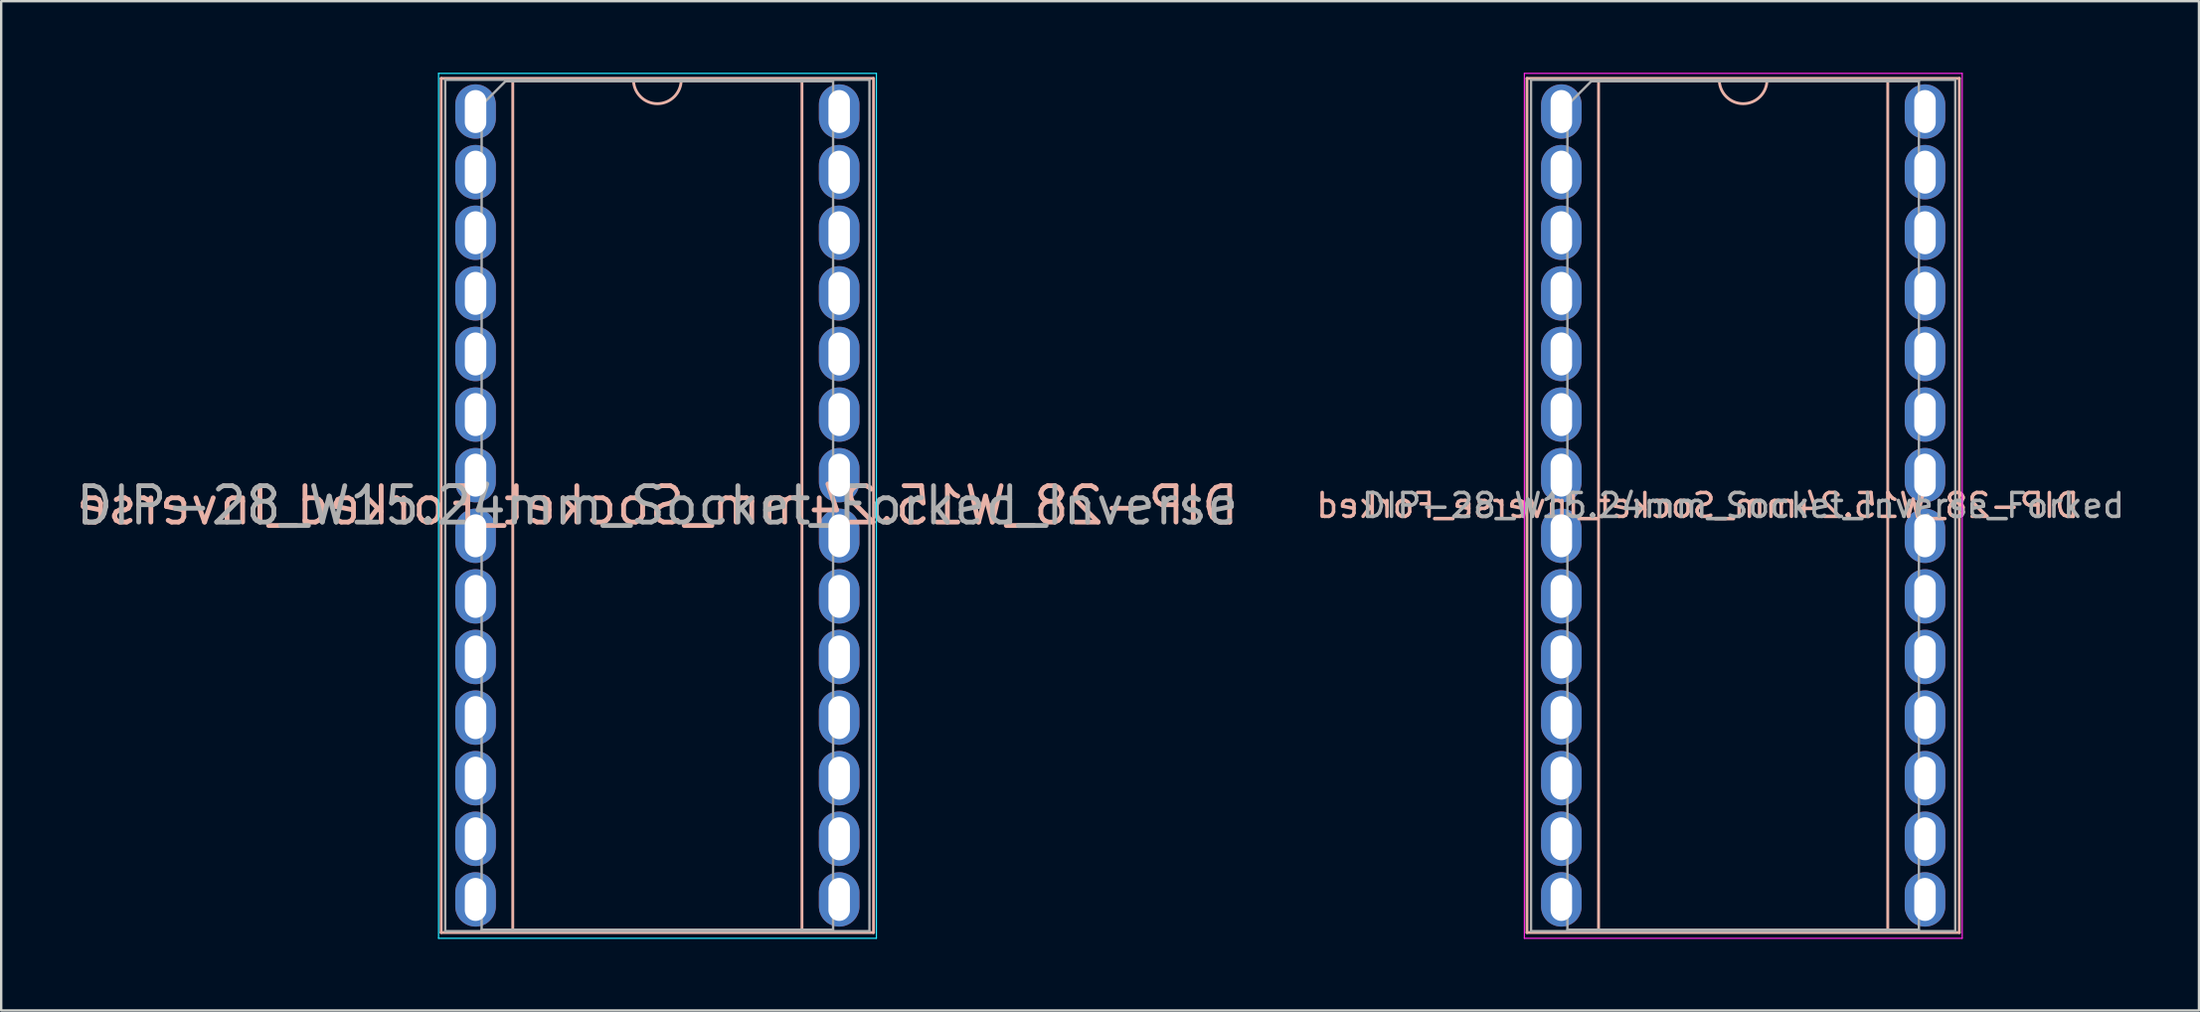
<source format=kicad_pcb>
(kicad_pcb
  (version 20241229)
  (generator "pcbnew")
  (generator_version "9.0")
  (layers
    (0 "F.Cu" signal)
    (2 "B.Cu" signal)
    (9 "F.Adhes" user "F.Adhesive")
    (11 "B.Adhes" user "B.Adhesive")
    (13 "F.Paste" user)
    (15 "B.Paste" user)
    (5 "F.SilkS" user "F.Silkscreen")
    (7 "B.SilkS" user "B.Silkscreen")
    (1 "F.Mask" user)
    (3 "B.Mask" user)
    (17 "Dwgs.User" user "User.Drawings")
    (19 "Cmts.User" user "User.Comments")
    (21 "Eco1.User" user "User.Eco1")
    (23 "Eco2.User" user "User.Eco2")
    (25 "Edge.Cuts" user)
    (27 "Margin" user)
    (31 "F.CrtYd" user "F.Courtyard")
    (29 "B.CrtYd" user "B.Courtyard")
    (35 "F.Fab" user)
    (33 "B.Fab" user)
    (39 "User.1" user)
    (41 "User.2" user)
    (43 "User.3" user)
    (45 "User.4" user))
  (footprint "DIP-28_W15.24mm_Socket_Inverse_Forked"
    (layer "F.Cu")
    (at 62.386 1.625)
    (property "Reference" "DIP-28_W15.24mm_Socket_Inverse_Forked" (at 5.715 16.51 0) (layer "B.SilkS") (effects (font (size 1 1) (thickness 0.15)) (justify mirror)))
    (attr through_hole)
    (fp_line (start -1.44 -1.39) (end -1.44 34.41) (stroke (width 0.12) (type solid)) (layer "B.SilkS"))
    (fp_line (start -1.44 34.41) (end 16.68 34.41) (stroke (width 0.12) (type solid)) (layer "B.SilkS"))
    (fp_line (start 1.56 -1.33) (end 1.56 34.35) (stroke (width 0.12) (type solid)) (layer "B.SilkS"))
    (fp_line (start 1.56 34.35) (end 13.68 34.35) (stroke (width 0.12) (type solid)) (layer "B.SilkS"))
    (fp_line (start 6.62 -1.33) (end 1.56 -1.33) (stroke (width 0.12) (type solid)) (layer "B.SilkS"))
    (fp_line (start 13.68 -1.33) (end 8.62 -1.33) (stroke (width 0.12) (type solid)) (layer "B.SilkS"))
    (fp_line (start 13.68 34.35) (end 13.68 -1.33) (stroke (width 0.12) (type solid)) (layer "B.SilkS"))
    (fp_line (start 16.68 -1.39) (end -1.44 -1.39) (stroke (width 0.12) (type solid)) (layer "B.SilkS"))
    (fp_line (start 16.68 34.41) (end 16.68 -1.39) (stroke (width 0.12) (type solid)) (layer "B.SilkS"))
    (fp_arc (start 8.62 -1.33) (mid 7.62 -0.33) (end 6.62 -1.33) (stroke (width 0.12) (type solid)) (layer "B.SilkS"))
    (fp_line (start -1.55 -1.6) (end -1.55 34.65) (stroke (width 0.05) (type solid)) (layer "F.CrtYd"))
    (fp_line (start -1.55 34.65) (end 16.8 34.65) (stroke (width 0.05) (type solid)) (layer "F.CrtYd"))
    (fp_line (start 16.8 -1.6) (end -1.55 -1.6) (stroke (width 0.05) (type solid)) (layer "F.CrtYd"))
    (fp_line (start 16.8 34.65) (end 16.8 -1.6) (stroke (width 0.05) (type solid)) (layer "F.CrtYd"))
    (fp_line (start -1.27 -1.33) (end -1.27 34.35) (stroke (width 0.1) (type solid)) (layer "F.Fab"))
    (fp_line (start -1.27 34.35) (end 16.51 34.35) (stroke (width 0.1) (type solid)) (layer "F.Fab"))
    (fp_line (start 0.255 -0.27) (end 1.255 -1.27) (stroke (width 0.1) (type solid)) (layer "F.Fab"))
    (fp_line (start 0.255 34.29) (end 0.255 -0.27) (stroke (width 0.1) (type solid)) (layer "F.Fab"))
    (fp_line (start 1.255 -1.27) (end 14.985 -1.27) (stroke (width 0.1) (type solid)) (layer "F.Fab"))
    (fp_line (start 14.985 -1.27) (end 14.985 34.29) (stroke (width 0.1) (type solid)) (layer "F.Fab"))
    (fp_line (start 14.985 34.29) (end 0.255 34.29) (stroke (width 0.1) (type solid)) (layer "F.Fab"))
    (fp_line (start 16.51 -1.33) (end -1.27 -1.33) (stroke (width 0.1) (type solid)) (layer "F.Fab"))
    (fp_line (start 16.51 34.35) (end 16.51 -1.33) (stroke (width 0.1) (type solid)) (layer "F.Fab"))
    (fp_text user "${REFERENCE}" (at 7.62 16.51 0) (layer "F.Fab") (effects (font (size 1 1) (thickness 0.15))))
    (pad "1" thru_hole oval (at 0 0) (size 1.7 2.28) (drill oval 0.9 1.8) (layers "*.Cu" "*.Mask"))
    (pad "2" thru_hole oval (at 0 2.54) (size 1.7 2.28) (drill oval 0.9 1.8) (layers "*.Cu" "*.Mask"))
    (pad "3" thru_hole oval (at 0 5.08) (size 1.7 2.28) (drill oval 0.9 1.8) (layers "*.Cu" "*.Mask"))
    (pad "4" thru_hole oval (at 0 7.62) (size 1.7 2.28) (drill oval 0.9 1.8) (layers "*.Cu" "*.Mask"))
    (pad "5" thru_hole oval (at 0 10.16) (size 1.7 2.28) (drill oval 0.9 1.8) (layers "*.Cu" "*.Mask"))
    (pad "6" thru_hole oval (at 0 12.7) (size 1.7 2.28) (drill oval 0.9 1.8) (layers "*.Cu" "*.Mask"))
    (pad "7" thru_hole oval (at 0 15.24) (size 1.7 2.28) (drill oval 0.9 1.8) (layers "*.Cu" "*.Mask"))
    (pad "8" thru_hole oval (at 0 17.78) (size 1.7 2.28) (drill oval 0.9 1.8) (layers "*.Cu" "*.Mask"))
    (pad "9" thru_hole oval (at 0 20.32) (size 1.7 2.28) (drill oval 0.9 1.8) (layers "*.Cu" "*.Mask"))
    (pad "10" thru_hole oval (at 0 22.86) (size 1.7 2.28) (drill oval 0.9 1.8) (layers "*.Cu" "*.Mask"))
    (pad "11" thru_hole oval (at 0 25.4) (size 1.7 2.28) (drill oval 0.9 1.8) (layers "*.Cu" "*.Mask"))
    (pad "12" thru_hole oval (at 0 27.94) (size 1.7 2.28) (drill oval 0.9 1.8) (layers "*.Cu" "*.Mask"))
    (pad "13" thru_hole oval (at 0 30.48) (size 1.7 2.28) (drill oval 0.9 1.8) (layers "*.Cu" "*.Mask"))
    (pad "14" thru_hole oval (at 0 33.02) (size 1.7 2.28) (drill oval 0.9 1.8) (layers "*.Cu" "*.Mask"))
    (pad "15" thru_hole oval (at 15.24 33.02) (size 1.7 2.28) (drill oval 0.9 1.8) (layers "*.Cu" "*.Mask"))
    (pad "16" thru_hole oval (at 15.24 30.48) (size 1.7 2.28) (drill oval 0.9 1.8) (layers "*.Cu" "*.Mask"))
    (pad "17" thru_hole oval (at 15.24 27.94) (size 1.7 2.28) (drill oval 0.9 1.8) (layers "*.Cu" "*.Mask"))
    (pad "18" thru_hole oval (at 15.24 25.4) (size 1.7 2.28) (drill oval 0.9 1.8) (layers "*.Cu" "*.Mask"))
    (pad "19" thru_hole oval (at 15.24 22.86) (size 1.7 2.28) (drill oval 0.9 1.8) (layers "*.Cu" "*.Mask"))
    (pad "20" thru_hole oval (at 15.24 20.32) (size 1.7 2.28) (drill oval 0.9 1.8) (layers "*.Cu" "*.Mask"))
    (pad "21" thru_hole oval (at 15.24 17.78) (size 1.7 2.28) (drill oval 0.9 1.8) (layers "*.Cu" "*.Mask"))
    (pad "22" thru_hole oval (at 15.24 15.24) (size 1.7 2.28) (drill oval 0.9 1.8) (layers "*.Cu" "*.Mask"))
    (pad "23" thru_hole oval (at 15.24 12.7) (size 1.7 2.28) (drill oval 0.9 1.8) (layers "*.Cu" "*.Mask"))
    (pad "24" thru_hole oval (at 15.24 10.16) (size 1.7 2.28) (drill oval 0.9 1.8) (layers "*.Cu" "*.Mask"))
    (pad "25" thru_hole oval (at 15.24 7.62) (size 1.7 2.28) (drill oval 0.9 1.8) (layers "*.Cu" "*.Mask"))
    (pad "26" thru_hole oval (at 15.24 5.08) (size 1.7 2.28) (drill oval 0.9 1.8) (layers "*.Cu" "*.Mask"))
    (pad "27" thru_hole oval (at 15.24 2.54) (size 1.7 2.28) (drill oval 0.9 1.8) (layers "*.Cu" "*.Mask"))
    (pad "28" thru_hole oval (at 15.24 0) (size 1.7 2.28) (drill oval 0.9 1.8) (layers "*.Cu" "*.Mask")))
  (footprint "DIP-28_W15.24mm_Socket_Forked_Inverse"
    (layer "F.Cu")
    (at 16.88 1.625)
    (property "Reference" "DIP-28_W15.24mm_Socket_Forked_Inverse" (at 7.62 16.51 0) (layer "B.SilkS") (effects (font (size 1.524 1.524) (thickness 0.203)) (justify mirror)))
    (attr through_hole)
    (fp_line (start -1.44 -1.39) (end -1.44 34.41) (stroke (width 0.12) (type solid)) (layer "B.SilkS"))
    (fp_line (start -1.44 34.41) (end 16.68 34.41) (stroke (width 0.12) (type solid)) (layer "B.SilkS"))
    (fp_line (start 1.56 -1.33) (end 1.56 34.35) (stroke (width 0.12) (type solid)) (layer "B.SilkS"))
    (fp_line (start 1.56 34.35) (end 13.68 34.35) (stroke (width 0.12) (type solid)) (layer "B.SilkS"))
    (fp_line (start 6.62 -1.33) (end 1.56 -1.33) (stroke (width 0.12) (type solid)) (layer "B.SilkS"))
    (fp_line (start 13.68 -1.33) (end 8.62 -1.33) (stroke (width 0.12) (type solid)) (layer "B.SilkS"))
    (fp_line (start 13.68 34.35) (end 13.68 -1.33) (stroke (width 0.12) (type solid)) (layer "B.SilkS"))
    (fp_line (start 16.68 -1.39) (end -1.44 -1.39) (stroke (width 0.12) (type solid)) (layer "B.SilkS"))
    (fp_line (start 16.68 34.41) (end 16.68 -1.39) (stroke (width 0.12) (type solid)) (layer "B.SilkS"))
    (fp_arc (start 8.62 -1.33) (mid 7.62 -0.33) (end 6.62 -1.33) (stroke (width 0.12) (type solid)) (layer "B.SilkS"))
    (fp_line (start -1.55 -1.6) (end -1.55 34.65) (stroke (width 0.05) (type solid)) (layer "B.CrtYd"))
    (fp_line (start -1.55 34.65) (end 16.8 34.65) (stroke (width 0.05) (type solid)) (layer "B.CrtYd"))
    (fp_line (start 16.8 -1.6) (end -1.55 -1.6) (stroke (width 0.05) (type solid)) (layer "B.CrtYd"))
    (fp_line (start 16.8 34.65) (end 16.8 -1.6) (stroke (width 0.05) (type solid)) (layer "B.CrtYd"))
    (fp_line (start -1.27 -1.33) (end -1.27 34.35) (stroke (width 0.1) (type solid)) (layer "F.Fab"))
    (fp_line (start -1.27 34.35) (end 16.51 34.35) (stroke (width 0.1) (type solid)) (layer "F.Fab"))
    (fp_line (start 0.255 -0.27) (end 1.255 -1.27) (stroke (width 0.1) (type solid)) (layer "F.Fab"))
    (fp_line (start 0.255 34.29) (end 0.255 -0.27) (stroke (width 0.1) (type solid)) (layer "F.Fab"))
    (fp_line (start 1.255 -1.27) (end 14.985 -1.27) (stroke (width 0.1) (type solid)) (layer "F.Fab"))
    (fp_line (start 14.985 -1.27) (end 14.985 34.29) (stroke (width 0.1) (type solid)) (layer "F.Fab"))
    (fp_line (start 14.985 34.29) (end 0.255 34.29) (stroke (width 0.1) (type solid)) (layer "F.Fab"))
    (fp_line (start 16.51 -1.33) (end -1.27 -1.33) (stroke (width 0.1) (type solid)) (layer "F.Fab"))
    (fp_line (start 16.51 34.35) (end 16.51 -1.33) (stroke (width 0.1) (type solid)) (layer "F.Fab"))
    (fp_text user "${REFERENCE}" (at 7.62 16.51 0) (layer "F.Fab") (effects (font (size 1.524 1.524) (thickness 0.203))))
    (pad "1" thru_hole oval (at 0 0) (size 1.7 2.28) (drill oval 0.9 1.8) (layers "*.Cu" "*.Mask"))
    (pad "2" thru_hole oval (at 0 2.54) (size 1.7 2.28) (drill oval 0.9 1.8) (layers "*.Cu" "*.Mask"))
    (pad "3" thru_hole oval (at 0 5.08) (size 1.7 2.28) (drill oval 0.9 1.8) (layers "*.Cu" "*.Mask"))
    (pad "4" thru_hole oval (at 0 7.62) (size 1.7 2.28) (drill oval 0.9 1.8) (layers "*.Cu" "*.Mask"))
    (pad "5" thru_hole oval (at 0 10.16) (size 1.7 2.28) (drill oval 0.9 1.8) (layers "*.Cu" "*.Mask"))
    (pad "6" thru_hole oval (at 0 12.7) (size 1.7 2.28) (drill oval 0.9 1.8) (layers "*.Cu" "*.Mask"))
    (pad "7" thru_hole oval (at 0 15.24) (size 1.7 2.28) (drill oval 0.9 1.8) (layers "*.Cu" "*.Mask"))
    (pad "8" thru_hole oval (at 0 17.78) (size 1.7 2.28) (drill oval 0.9 1.8) (layers "*.Cu" "*.Mask"))
    (pad "9" thru_hole oval (at 0 20.32) (size 1.7 2.28) (drill oval 0.9 1.8) (layers "*.Cu" "*.Mask"))
    (pad "10" thru_hole oval (at 0 22.86) (size 1.7 2.28) (drill oval 0.9 1.8) (layers "*.Cu" "*.Mask"))
    (pad "11" thru_hole oval (at 0 25.4) (size 1.7 2.28) (drill oval 0.9 1.8) (layers "*.Cu" "*.Mask"))
    (pad "12" thru_hole oval (at 0 27.94) (size 1.7 2.28) (drill oval 0.9 1.8) (layers "*.Cu" "*.Mask"))
    (pad "13" thru_hole oval (at 0 30.48) (size 1.7 2.28) (drill oval 0.9 1.8) (layers "*.Cu" "*.Mask"))
    (pad "14" thru_hole oval (at 0 33.02) (size 1.7 2.28) (drill oval 0.9 1.8) (layers "*.Cu" "*.Mask"))
    (pad "15" thru_hole oval (at 15.24 33.02) (size 1.7 2.28) (drill oval 0.9 1.8) (layers "*.Cu" "*.Mask"))
    (pad "16" thru_hole oval (at 15.24 30.48) (size 1.7 2.28) (drill oval 0.9 1.8) (layers "*.Cu" "*.Mask"))
    (pad "17" thru_hole oval (at 15.24 27.94) (size 1.7 2.28) (drill oval 0.9 1.8) (layers "*.Cu" "*.Mask"))
    (pad "18" thru_hole oval (at 15.24 25.4) (size 1.7 2.28) (drill oval 0.9 1.8) (layers "*.Cu" "*.Mask"))
    (pad "19" thru_hole oval (at 15.24 22.86) (size 1.7 2.28) (drill oval 0.9 1.8) (layers "*.Cu" "*.Mask"))
    (pad "20" thru_hole oval (at 15.24 20.32) (size 1.7 2.28) (drill oval 0.9 1.8) (layers "*.Cu" "*.Mask"))
    (pad "21" thru_hole oval (at 15.24 17.78) (size 1.7 2.28) (drill oval 0.9 1.8) (layers "*.Cu" "*.Mask"))
    (pad "22" thru_hole oval (at 15.24 15.24) (size 1.7 2.28) (drill oval 0.9 1.8) (layers "*.Cu" "*.Mask"))
    (pad "23" thru_hole oval (at 15.24 12.7) (size 1.7 2.28) (drill oval 0.9 1.8) (layers "*.Cu" "*.Mask"))
    (pad "24" thru_hole oval (at 15.24 10.16) (size 1.7 2.28) (drill oval 0.9 1.8) (layers "*.Cu" "*.Mask"))
    (pad "25" thru_hole oval (at 15.24 7.62) (size 1.7 2.28) (drill oval 0.9 1.8) (layers "*.Cu" "*.Mask"))
    (pad "26" thru_hole oval (at 15.24 5.08) (size 1.7 2.28) (drill oval 0.9 1.8) (layers "*.Cu" "*.Mask"))
    (pad "27" thru_hole oval (at 15.24 2.54) (size 1.7 2.28) (drill oval 0.9 1.8) (layers "*.Cu" "*.Mask"))
    (pad "28" thru_hole oval (at 15.24 0) (size 1.7 2.28) (drill oval 0.9 1.8) (layers "*.Cu" "*.Mask")))
  (gr_rect
    (start -3 -3)
    (end 89.108 39.3)
    (stroke (width 0.1) (type default))
    (fill no)
    (layer "Edge.Cuts")))
</source>
